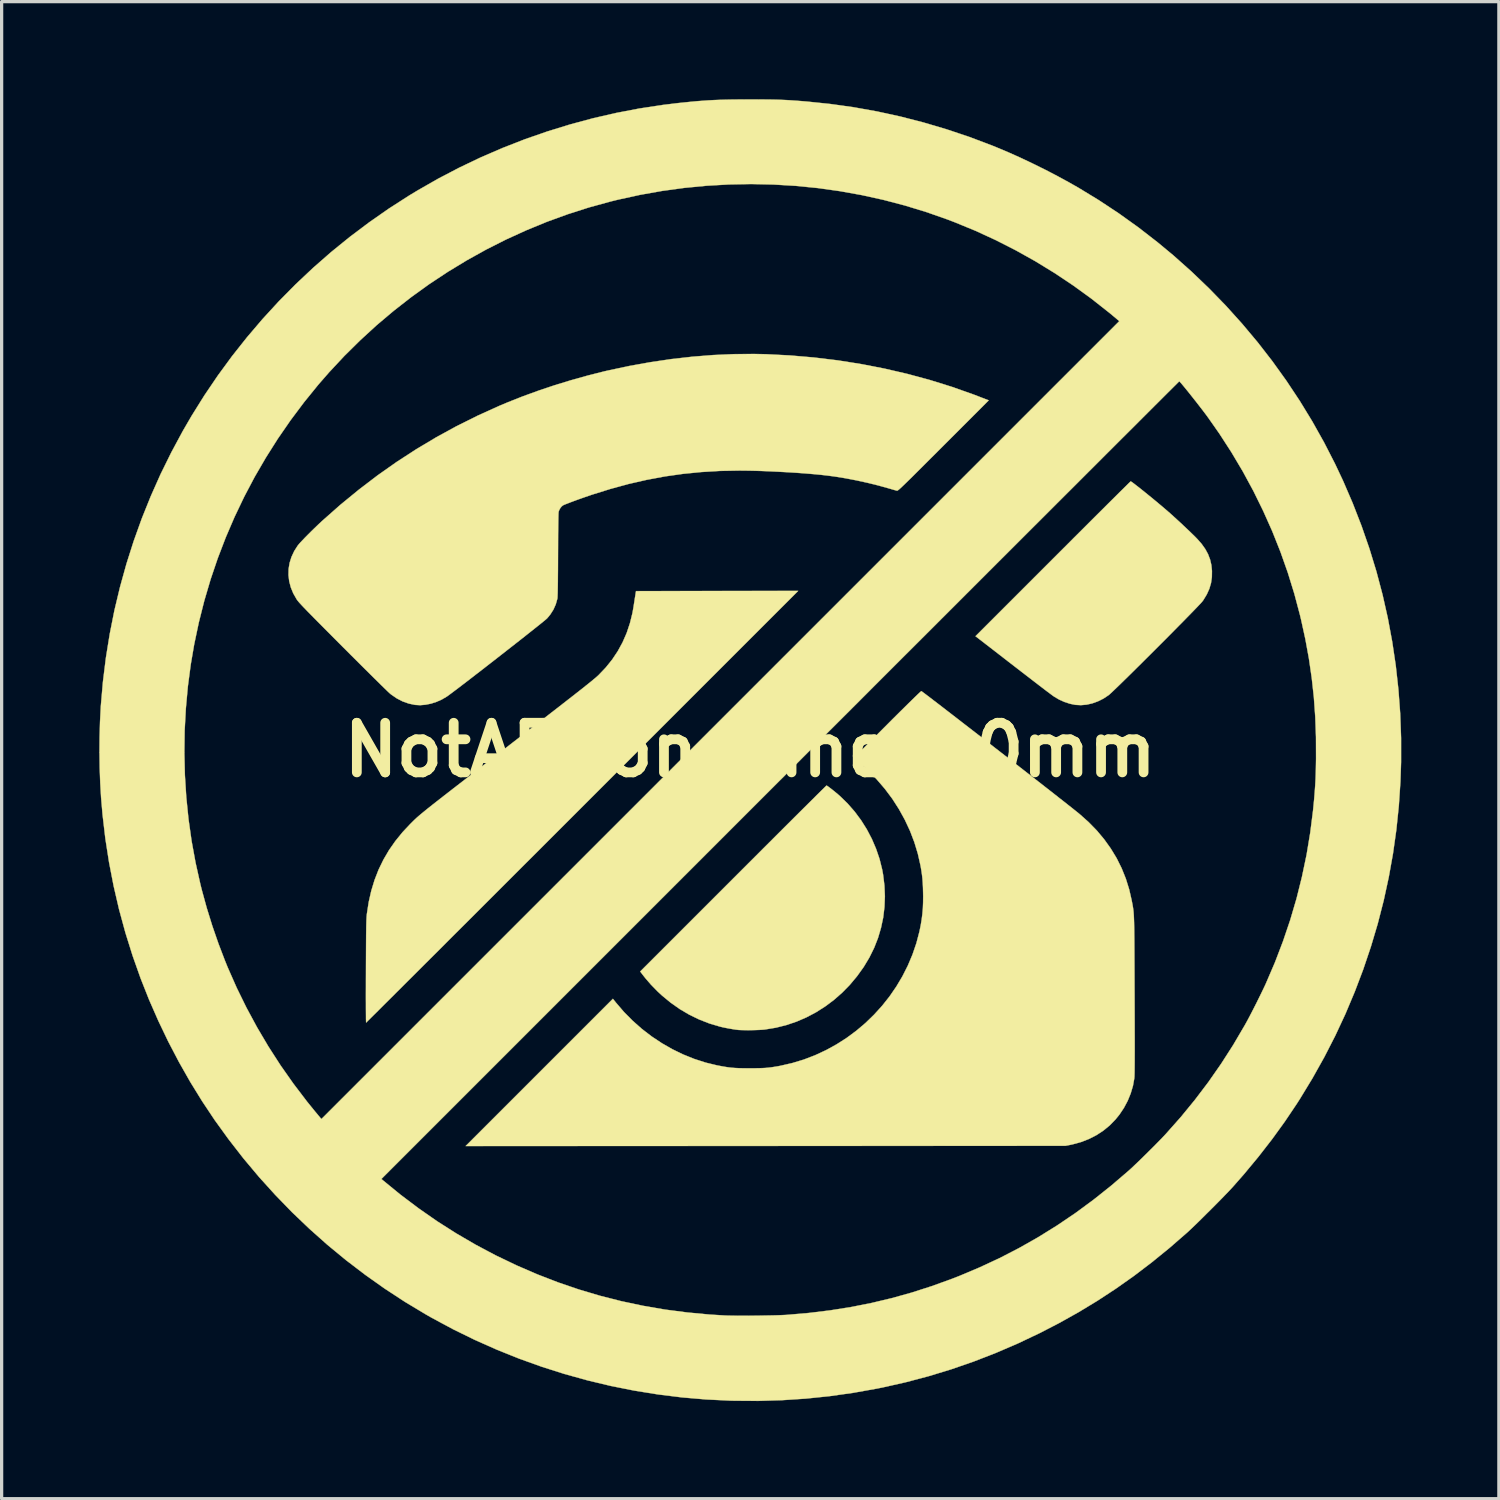
<source format=kicad_pcb>
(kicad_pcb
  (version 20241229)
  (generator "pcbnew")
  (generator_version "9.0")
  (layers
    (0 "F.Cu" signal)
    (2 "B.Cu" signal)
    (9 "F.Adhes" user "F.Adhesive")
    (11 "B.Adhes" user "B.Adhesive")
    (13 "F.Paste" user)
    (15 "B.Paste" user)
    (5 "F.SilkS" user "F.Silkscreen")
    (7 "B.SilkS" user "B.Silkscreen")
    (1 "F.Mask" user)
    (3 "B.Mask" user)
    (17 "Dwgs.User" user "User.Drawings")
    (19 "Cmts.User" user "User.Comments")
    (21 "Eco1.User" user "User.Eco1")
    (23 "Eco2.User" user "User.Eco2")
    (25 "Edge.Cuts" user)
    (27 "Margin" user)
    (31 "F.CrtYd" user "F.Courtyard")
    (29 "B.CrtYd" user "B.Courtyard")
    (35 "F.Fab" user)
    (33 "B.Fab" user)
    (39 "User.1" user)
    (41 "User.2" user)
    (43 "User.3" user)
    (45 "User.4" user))
  (footprint "NotAPhoneLine_40mm"
    (layer "F.Cu")
    (at 19.994 19.986)
    (property "Reference" "NotAPhoneLine_40mm" (at 0 0 0) (layer "F.SilkS") (effects (font (size 1.524 1.524) (thickness 0.3))))
    (attr through_hole)
    (fp_poly (pts (xy 2.362 1.102) (xy 2.397 1.126) (xy 2.445 1.162) (xy 2.504 1.207) (xy 2.568 1.258) (xy 2.635 1.313) (xy 2.701 1.368) (xy 2.759 1.419) (xy 2.994 1.648) (xy 3.211 1.897) (xy 3.408 2.162) (xy 3.584 2.442) (xy 3.737 2.734) (xy 3.867 3.038) (xy 3.973 3.349) (xy 4.052 3.667) (xy 4.082 3.829) (xy 4.123 4.164) (xy 4.137 4.496) (xy 4.124 4.824) (xy 4.085 5.148) (xy 4.018 5.465) (xy 3.926 5.776) (xy 3.807 6.079) (xy 3.662 6.373) (xy 3.491 6.658) (xy 3.482 6.672) (xy 3.28 6.953) (xy 3.06 7.216) (xy 2.823 7.458) (xy 2.57 7.68) (xy 2.302 7.88) (xy 2.022 8.058) (xy 1.729 8.213) (xy 1.426 8.344) (xy 1.113 8.45) (xy 0.792 8.531) (xy 0.464 8.585) (xy 0.436 8.589) (xy 0.364 8.595) (xy 0.273 8.6) (xy 0.167 8.604) (xy 0.054 8.607) (xy -0.061 8.608) (xy -0.169 8.607) (xy -0.266 8.605) (xy -0.344 8.602) (xy -0.367 8.6) (xy -0.444 8.591) (xy -0.539 8.576) (xy -0.644 8.558) (xy -0.75 8.538) (xy -0.85 8.517) (xy -0.926 8.499) (xy -1.251 8.403) (xy -1.566 8.28) (xy -1.87 8.133) (xy -2.162 7.961) (xy -2.442 7.764) (xy -2.709 7.544) (xy -2.849 7.414) (xy -3.046 7.212) (xy -3.219 7.012) (xy -3.306 6.901) (xy -3.379 6.805) (xy -0.523 3.949) (xy -0.288 3.714) (xy -0.058 3.484) (xy 0.167 3.26) (xy 0.384 3.042) (xy 0.595 2.832) (xy 0.797 2.63) (xy 0.99 2.437) (xy 1.174 2.254) (xy 1.347 2.081) (xy 1.509 1.92) (xy 1.659 1.771) (xy 1.797 1.634) (xy 1.921 1.511) (xy 2.03 1.402) (xy 2.124 1.309) (xy 2.203 1.231) (xy 2.265 1.17) (xy 2.31 1.126) (xy 2.336 1.1) (xy 2.344 1.094) (xy 2.362 1.102)) (stroke (width 0.01) (type solid)) (fill yes) (layer "F.SilkS"))
    (fp_poly (pts (xy 11.704 -8.241) (xy 11.74 -8.217) (xy 11.792 -8.178) (xy 11.859 -8.126) (xy 11.938 -8.065) (xy 12.027 -7.994) (xy 12.123 -7.917) (xy 12.225 -7.834) (xy 12.33 -7.749) (xy 12.435 -7.662) (xy 12.539 -7.575) (xy 12.64 -7.491) (xy 12.735 -7.41) (xy 12.821 -7.336) (xy 12.897 -7.27) (xy 12.908 -7.26) (xy 13.002 -7.175) (xy 13.105 -7.081) (xy 13.212 -6.983) (xy 13.319 -6.882) (xy 13.423 -6.784) (xy 13.521 -6.691) (xy 13.608 -6.606) (xy 13.681 -6.534) (xy 13.725 -6.489) (xy 13.864 -6.332) (xy 13.976 -6.175) (xy 14.063 -6.015) (xy 14.126 -5.85) (xy 14.166 -5.678) (xy 14.184 -5.499) (xy 14.181 -5.308) (xy 14.155 -5.126) (xy 14.103 -4.95) (xy 14.026 -4.779) (xy 13.922 -4.607) (xy 13.9 -4.576) (xy 13.879 -4.55) (xy 13.84 -4.506) (xy 13.783 -4.446) (xy 13.711 -4.37) (xy 13.625 -4.281) (xy 13.526 -4.179) (xy 13.416 -4.067) (xy 13.297 -3.945) (xy 13.168 -3.815) (xy 13.033 -3.678) (xy 12.892 -3.535) (xy 12.747 -3.389) (xy 12.599 -3.241) (xy 12.449 -3.091) (xy 12.3 -2.942) (xy 12.152 -2.795) (xy 12.007 -2.65) (xy 11.866 -2.511) (xy 11.731 -2.377) (xy 11.603 -2.251) (xy 11.483 -2.134) (xy 11.373 -2.026) (xy 11.275 -1.931) (xy 11.189 -1.849) (xy 11.118 -1.781) (xy 11.062 -1.729) (xy 11.023 -1.694) (xy 11.009 -1.683) (xy 10.851 -1.578) (xy 10.683 -1.494) (xy 10.509 -1.431) (xy 10.333 -1.391) (xy 10.158 -1.376) (xy 9.989 -1.385) (xy 9.987 -1.385) (xy 9.822 -1.419) (xy 9.653 -1.474) (xy 9.49 -1.547) (xy 9.342 -1.634) (xy 9.342 -1.634) (xy 9.316 -1.652) (xy 9.282 -1.676) (xy 9.241 -1.707) (xy 9.19 -1.745) (xy 9.128 -1.791) (xy 9.054 -1.847) (xy 8.968 -1.913) (xy 8.868 -1.989) (xy 8.754 -2.077) (xy 8.623 -2.178) (xy 8.475 -2.292) (xy 8.31 -2.419) (xy 8.125 -2.562) (xy 7.92 -2.72) (xy 7.789 -2.822) (xy 6.92 -3.494) (xy 9.298 -5.872) (xy 9.512 -6.086) (xy 9.722 -6.295) (xy 9.925 -6.499) (xy 10.122 -6.695) (xy 10.311 -6.884) (xy 10.491 -7.064) (xy 10.662 -7.234) (xy 10.823 -7.394) (xy 10.973 -7.544) (xy 11.111 -7.681) (xy 11.237 -7.806) (xy 11.348 -7.917) (xy 11.446 -8.013) (xy 11.528 -8.094) (xy 11.594 -8.16) (xy 11.643 -8.208) (xy 11.675 -8.238) (xy 11.687 -8.25) (xy 11.688 -8.25) (xy 11.704 -8.241)) (stroke (width 0.01) (type solid)) (fill yes) (layer "F.SilkS"))
    (fp_poly (pts (xy -5.156 1.744) (xy -5.516 2.104) (xy -5.87 2.458) (xy -6.22 2.808) (xy -6.563 3.151) (xy -6.901 3.488) (xy -7.231 3.818) (xy -7.554 4.141) (xy -7.869 4.456) (xy -8.176 4.763) (xy -8.474 5.061) (xy -8.763 5.349) (xy -9.042 5.627) (xy -9.31 5.895) (xy -9.567 6.153) (xy -9.814 6.398) (xy -10.048 6.632) (xy -10.27 6.854) (xy -10.479 7.062) (xy -10.674 7.257) (xy -10.856 7.438) (xy -11.023 7.605) (xy -11.176 7.757) (xy -11.312 7.893) (xy -11.433 8.014) (xy -11.538 8.118) (xy -11.626 8.205) (xy -11.696 8.275) (xy -11.748 8.326) (xy -11.782 8.36) (xy -11.797 8.374) (xy -11.798 8.374) (xy -11.799 8.361) (xy -11.8 8.321) (xy -11.802 8.258) (xy -11.802 8.171) (xy -11.803 8.065) (xy -11.804 7.939) (xy -11.804 7.795) (xy -11.805 7.637) (xy -11.805 7.464) (xy -11.804 7.28) (xy -11.804 7.085) (xy -11.803 6.882) (xy -11.803 6.8) (xy -11.802 6.551) (xy -11.801 6.327) (xy -11.8 6.128) (xy -11.799 5.952) (xy -11.798 5.797) (xy -11.797 5.662) (xy -11.795 5.544) (xy -11.794 5.443) (xy -11.792 5.356) (xy -11.79 5.282) (xy -11.788 5.22) (xy -11.785 5.167) (xy -11.783 5.122) (xy -11.779 5.084) (xy -11.776 5.05) (xy -11.775 5.04) (xy -11.719 4.676) (xy -11.64 4.328) (xy -11.539 3.996) (xy -11.415 3.677) (xy -11.267 3.372) (xy -11.095 3.078) (xy -10.898 2.796) (xy -10.676 2.523) (xy -10.444 2.276) (xy -10.411 2.243) (xy -10.38 2.212) (xy -10.35 2.183) (xy -10.321 2.154) (xy -10.29 2.125) (xy -10.258 2.095) (xy -10.223 2.063) (xy -10.184 2.029) (xy -10.141 1.993) (xy -10.092 1.952) (xy -10.037 1.906) (xy -9.975 1.856) (xy -9.905 1.799) (xy -9.825 1.736) (xy -9.736 1.665) (xy -9.635 1.586) (xy -9.522 1.498) (xy -9.397 1.4) (xy -9.258 1.292) (xy -9.104 1.172) (xy -8.934 1.041) (xy -8.748 0.897) (xy -8.544 0.739) (xy -8.322 0.567) (xy -8.081 0.381) (xy -7.819 0.178) (xy -7.606 0.014) (xy -7.307 -0.217) (xy -7.029 -0.432) (xy -6.772 -0.631) (xy -6.534 -0.815) (xy -6.315 -0.985) (xy -6.114 -1.141) (xy -5.929 -1.284) (xy -5.761 -1.415) (xy -5.609 -1.534) (xy -5.471 -1.641) (xy -5.347 -1.738) (xy -5.236 -1.825) (xy -5.137 -1.903) (xy -5.05 -1.973) (xy -4.973 -2.034) (xy -4.906 -2.088) (xy -4.848 -2.135) (xy -4.799 -2.177) (xy -4.756 -2.212) (xy -4.72 -2.243) (xy -4.69 -2.27) (xy -4.665 -2.293) (xy -4.657 -2.301) (xy -4.437 -2.531) (xy -4.241 -2.775) (xy -4.068 -3.034) (xy -3.919 -3.307) (xy -3.794 -3.594) (xy -3.694 -3.894) (xy -3.617 -4.206) (xy -3.584 -4.392) (xy -3.571 -4.479) (xy -3.556 -4.572) (xy -3.543 -4.66) (xy -3.531 -4.732) (xy -3.531 -4.734) (xy -3.508 -4.879) (xy -1.017 -4.883) (xy 1.474 -4.886) (xy -5.156 1.744)) (stroke (width 0.01) (type solid)) (fill yes) (layer "F.SilkS"))
    (fp_poly (pts (xy 5.272 -1.797) (xy 5.307 -1.771) (xy 5.363 -1.729) (xy 5.436 -1.674) (xy 5.527 -1.605) (xy 5.633 -1.523) (xy 5.754 -1.431) (xy 5.888 -1.328) (xy 6.034 -1.215) (xy 6.191 -1.094) (xy 6.358 -0.965) (xy 6.533 -0.829) (xy 6.716 -0.688) (xy 6.905 -0.542) (xy 7.098 -0.392) (xy 7.295 -0.238) (xy 7.495 -0.083) (xy 7.696 0.073) (xy 7.897 0.229) (xy 8.097 0.384) (xy 8.294 0.538) (xy 8.488 0.689) (xy 8.677 0.836) (xy 8.86 0.979) (xy 9.035 1.116) (xy 9.203 1.247) (xy 9.36 1.37) (xy 9.507 1.486) (xy 9.642 1.591) (xy 9.763 1.687) (xy 9.87 1.771) (xy 9.961 1.844) (xy 10.035 1.903) (xy 10.091 1.948) (xy 10.118 1.97) (xy 10.395 2.217) (xy 10.648 2.476) (xy 10.875 2.748) (xy 11.078 3.032) (xy 11.257 3.327) (xy 11.41 3.635) (xy 11.538 3.954) (xy 11.641 4.284) (xy 11.716 4.611) (xy 11.726 4.663) (xy 11.735 4.71) (xy 11.744 4.754) (xy 11.751 4.796) (xy 11.758 4.837) (xy 11.764 4.879) (xy 11.77 4.924) (xy 11.775 4.971) (xy 11.779 5.024) (xy 11.783 5.083) (xy 11.786 5.15) (xy 11.789 5.225) (xy 11.792 5.312) (xy 11.794 5.409) (xy 11.796 5.52) (xy 11.797 5.646) (xy 11.799 5.787) (xy 11.8 5.946) (xy 11.801 6.123) (xy 11.802 6.32) (xy 11.803 6.538) (xy 11.804 6.78) (xy 11.805 7.045) (xy 11.806 7.336) (xy 11.807 7.53) (xy 11.808 7.851) (xy 11.809 8.146) (xy 11.81 8.415) (xy 11.81 8.659) (xy 11.811 8.88) (xy 11.811 9.079) (xy 11.811 9.256) (xy 11.81 9.413) (xy 11.81 9.551) (xy 11.809 9.671) (xy 11.808 9.773) (xy 11.807 9.86) (xy 11.806 9.931) (xy 11.804 9.989) (xy 11.803 10.033) (xy 11.8 10.066) (xy 11.799 10.084) (xy 11.757 10.318) (xy 11.688 10.55) (xy 11.596 10.776) (xy 11.48 10.994) (xy 11.343 11.199) (xy 11.221 11.35) (xy 11.044 11.532) (xy 10.849 11.692) (xy 10.637 11.831) (xy 10.409 11.948) (xy 10.166 12.043) (xy 9.908 12.114) (xy 9.84 12.129) (xy 9.682 12.16) (xy 0.471 12.164) (xy -8.741 12.167) (xy -6.48 9.906) (xy -4.218 7.644) (xy -4.122 7.764) (xy -3.876 8.051) (xy -3.61 8.319) (xy -3.328 8.569) (xy -3.03 8.798) (xy -2.719 9.005) (xy -2.395 9.191) (xy -2.062 9.353) (xy -1.719 9.491) (xy -1.369 9.604) (xy -1.014 9.69) (xy -0.955 9.701) (xy -0.842 9.722) (xy -0.742 9.739) (xy -0.651 9.752) (xy -0.561 9.762) (xy -0.469 9.769) (xy -0.369 9.774) (xy -0.256 9.777) (xy -0.125 9.778) (xy -0.014 9.778) (xy 0.134 9.778) (xy 0.26 9.776) (xy 0.369 9.773) (xy 0.466 9.768) (xy 0.556 9.76) (xy 0.646 9.749) (xy 0.739 9.735) (xy 0.842 9.718) (xy 0.927 9.702) (xy 1.292 9.618) (xy 1.649 9.51) (xy 1.995 9.377) (xy 2.33 9.221) (xy 2.653 9.043) (xy 2.963 8.845) (xy 3.259 8.626) (xy 3.54 8.388) (xy 3.804 8.132) (xy 4.051 7.86) (xy 4.279 7.573) (xy 4.487 7.27) (xy 4.675 6.954) (xy 4.841 6.626) (xy 4.984 6.287) (xy 5.104 5.937) (xy 5.198 5.579) (xy 5.238 5.385) (xy 5.267 5.206) (xy 5.289 5.035) (xy 5.304 4.864) (xy 5.311 4.686) (xy 5.313 4.493) (xy 5.311 4.381) (xy 5.307 4.223) (xy 5.3 4.086) (xy 5.291 3.962) (xy 5.278 3.844) (xy 5.261 3.725) (xy 5.24 3.597) (xy 5.231 3.55) (xy 5.15 3.19) (xy 5.042 2.834) (xy 4.909 2.486) (xy 4.75 2.146) (xy 4.568 1.816) (xy 4.363 1.497) (xy 4.135 1.193) (xy 3.886 0.903) (xy 3.723 0.734) (xy 3.625 0.637) (xy 3.526 0.545) (xy 3.42 0.452) (xy 3.302 0.353) (xy 3.211 0.279) (xy 3.177 0.251) (xy 4.208 -0.781) (xy 4.348 -0.922) (xy 4.484 -1.057) (xy 4.612 -1.184) (xy 4.733 -1.303) (xy 4.844 -1.413) (xy 4.945 -1.512) (xy 5.034 -1.599) (xy 5.11 -1.672) (xy 5.171 -1.731) (xy 5.217 -1.774) (xy 5.246 -1.8) (xy 5.256 -1.807) (xy 5.272 -1.797)) (stroke (width 0.01) (type solid)) (fill yes) (layer "F.SilkS"))
    (fp_poly (pts (xy 0.481 -12.156) (xy 1.223 -12.118) (xy 1.959 -12.055) (xy 2.688 -11.967) (xy 3.41 -11.853) (xy 4.124 -11.714) (xy 4.827 -11.551) (xy 5.521 -11.363) (xy 6.202 -11.151) (xy 6.871 -10.914) (xy 7.113 -10.821) (xy 7.326 -10.738) (xy 5.937 -9.348) (xy 5.742 -9.153) (xy 5.565 -8.977) (xy 5.407 -8.819) (xy 5.265 -8.677) (xy 5.139 -8.552) (xy 5.028 -8.441) (xy 4.931 -8.345) (xy 4.846 -8.262) (xy 4.774 -8.192) (xy 4.713 -8.133) (xy 4.662 -8.084) (xy 4.62 -8.045) (xy 4.587 -8.015) (xy 4.561 -7.993) (xy 4.541 -7.978) (xy 4.527 -7.968) (xy 4.517 -7.964) (xy 4.512 -7.963) (xy 4.488 -7.969) (xy 4.442 -7.981) (xy 4.38 -7.999) (xy 4.308 -8.02) (xy 4.263 -8.033) (xy 3.94 -8.123) (xy 3.604 -8.206) (xy 3.262 -8.281) (xy 2.923 -8.346) (xy 2.595 -8.399) (xy 2.374 -8.428) (xy 2.164 -8.452) (xy 1.931 -8.474) (xy 1.679 -8.495) (xy 1.415 -8.514) (xy 1.142 -8.531) (xy 0.865 -8.546) (xy 0.589 -8.559) (xy 0.319 -8.57) (xy 0.06 -8.577) (xy -0.184 -8.581) (xy -0.339 -8.582) (xy -0.923 -8.571) (xy -1.495 -8.537) (xy -2.06 -8.481) (xy -2.619 -8.402) (xy -3.175 -8.298) (xy -3.733 -8.171) (xy -4.293 -8.018) (xy -4.861 -7.841) (xy -4.962 -7.806) (xy -5.082 -7.765) (xy -5.202 -7.723) (xy -5.32 -7.681) (xy -5.431 -7.64) (xy -5.532 -7.602) (xy -5.619 -7.568) (xy -5.689 -7.541) (xy -5.737 -7.52) (xy -5.747 -7.515) (xy -5.793 -7.479) (xy -5.837 -7.423) (xy -5.872 -7.354) (xy -5.884 -7.32) (xy -5.887 -7.297) (xy -5.89 -7.248) (xy -5.892 -7.172) (xy -5.894 -7.07) (xy -5.896 -6.944) (xy -5.898 -6.793) (xy -5.9 -6.619) (xy -5.901 -6.422) (xy -5.902 -6.203) (xy -5.903 -6) (xy -5.904 -5.757) (xy -5.905 -5.54) (xy -5.907 -5.349) (xy -5.908 -5.183) (xy -5.91 -5.04) (xy -5.912 -4.921) (xy -5.914 -4.824) (xy -5.917 -4.749) (xy -5.919 -4.693) (xy -5.922 -4.657) (xy -5.924 -4.645) (xy -5.972 -4.474) (xy -6.045 -4.31) (xy -6.143 -4.157) (xy -6.234 -4.047) (xy -6.255 -4.027) (xy -6.296 -3.992) (xy -6.357 -3.942) (xy -6.434 -3.879) (xy -6.528 -3.804) (xy -6.635 -3.719) (xy -6.755 -3.624) (xy -6.885 -3.521) (xy -7.025 -3.41) (xy -7.173 -3.294) (xy -7.326 -3.174) (xy -7.485 -3.05) (xy -7.646 -2.924) (xy -7.808 -2.797) (xy -7.971 -2.671) (xy -8.131 -2.546) (xy -8.288 -2.424) (xy -8.441 -2.307) (xy -8.586 -2.194) (xy -8.724 -2.088) (xy -8.852 -1.99) (xy -8.968 -1.901) (xy -9.072 -1.823) (xy -9.162 -1.755) (xy -9.235 -1.701) (xy -9.29 -1.66) (xy -9.323 -1.638) (xy -9.474 -1.549) (xy -9.636 -1.477) (xy -9.804 -1.423) (xy -9.973 -1.389) (xy -10.138 -1.375) (xy -10.293 -1.384) (xy -10.295 -1.384) (xy -10.489 -1.425) (xy -10.676 -1.491) (xy -10.856 -1.584) (xy -11.029 -1.703) (xy -11.058 -1.726) (xy -11.08 -1.746) (xy -11.121 -1.784) (xy -11.179 -1.84) (xy -11.252 -1.911) (xy -11.341 -1.998) (xy -11.442 -2.098) (xy -11.556 -2.21) (xy -11.68 -2.333) (xy -11.815 -2.467) (xy -11.957 -2.608) (xy -12.107 -2.758) (xy -12.263 -2.913) (xy -12.423 -3.074) (xy -12.508 -3.158) (xy -12.701 -3.352) (xy -12.875 -3.527) (xy -13.032 -3.685) (xy -13.172 -3.826) (xy -13.297 -3.952) (xy -13.407 -4.063) (xy -13.503 -4.161) (xy -13.587 -4.246) (xy -13.658 -4.32) (xy -13.72 -4.384) (xy -13.771 -4.438) (xy -13.814 -4.485) (xy -13.849 -4.523) (xy -13.877 -4.556) (xy -13.899 -4.583) (xy -13.917 -4.606) (xy -13.931 -4.626) (xy -13.932 -4.628) (xy -14.035 -4.808) (xy -14.111 -4.993) (xy -14.16 -5.18) (xy -14.183 -5.369) (xy -14.179 -5.558) (xy -14.148 -5.745) (xy -14.09 -5.93) (xy -14.006 -6.109) (xy -13.903 -6.271) (xy -13.868 -6.315) (xy -13.816 -6.374) (xy -13.748 -6.446) (xy -13.669 -6.529) (xy -13.579 -6.62) (xy -13.483 -6.716) (xy -13.382 -6.814) (xy -13.28 -6.912) (xy -13.179 -7.007) (xy -13.143 -7.04) (xy -12.59 -7.529) (xy -12.025 -7.992) (xy -11.45 -8.431) (xy -10.861 -8.846) (xy -10.26 -9.236) (xy -9.646 -9.603) (xy -9.017 -9.947) (xy -8.374 -10.267) (xy -7.715 -10.566) (xy -7.448 -10.678) (xy -6.986 -10.861) (xy -6.502 -11.037) (xy -6.004 -11.204) (xy -5.497 -11.359) (xy -4.988 -11.501) (xy -4.482 -11.629) (xy -4.371 -11.654) (xy -3.722 -11.793) (xy -3.071 -11.91) (xy -2.422 -12.006) (xy -1.776 -12.079) (xy -1.137 -12.13) (xy -0.506 -12.158) (xy 0.114 -12.163) (xy 0.481 -12.156)) (stroke (width 0.01) (type solid)) (fill yes) (layer "F.SilkS"))
    (fp_poly (pts (xy 0.202 -19.981) (xy 0.381 -19.98) (xy 0.54 -19.979) (xy 0.682 -19.977) (xy 0.813 -19.974) (xy 0.936 -19.97) (xy 1.055 -19.965) (xy 1.173 -19.959) (xy 1.295 -19.951) (xy 1.425 -19.942) (xy 1.567 -19.931) (xy 1.724 -19.918) (xy 1.73 -19.918) (xy 2.454 -19.843) (xy 3.176 -19.742) (xy 3.896 -19.613) (xy 4.612 -19.457) (xy 5.323 -19.274) (xy 6.029 -19.065) (xy 6.728 -18.831) (xy 7.419 -18.57) (xy 7.565 -18.511) (xy 7.926 -18.359) (xy 8.301 -18.191) (xy 8.683 -18.01) (xy 9.065 -17.821) (xy 9.44 -17.626) (xy 9.801 -17.429) (xy 10.077 -17.272) (xy 10.709 -16.887) (xy 11.326 -16.479) (xy 11.926 -16.049) (xy 12.509 -15.597) (xy 12.996 -15.193) (xy 13.557 -14.693) (xy 14.096 -14.176) (xy 14.615 -13.642) (xy 15.112 -13.09) (xy 15.588 -12.522) (xy 16.041 -11.938) (xy 16.472 -11.338) (xy 16.88 -10.723) (xy 17.265 -10.093) (xy 17.626 -9.449) (xy 17.964 -8.79) (xy 18.212 -8.264) (xy 18.507 -7.58) (xy 18.776 -6.888) (xy 19.019 -6.188) (xy 19.235 -5.482) (xy 19.424 -4.768) (xy 19.586 -4.049) (xy 19.721 -3.323) (xy 19.83 -2.592) (xy 19.911 -1.856) (xy 19.966 -1.116) (xy 19.993 -0.371) (xy 19.993 0.377) (xy 19.973 0.976) (xy 19.924 1.715) (xy 19.848 2.45) (xy 19.745 3.181) (xy 19.615 3.906) (xy 19.459 4.625) (xy 19.276 5.338) (xy 19.066 6.043) (xy 18.831 6.74) (xy 18.57 7.428) (xy 18.284 8.107) (xy 17.972 8.776) (xy 17.635 9.434) (xy 17.273 10.081) (xy 16.887 10.716) (xy 16.792 10.865) (xy 16.421 11.417) (xy 16.027 11.961) (xy 15.609 12.499) (xy 15.166 13.033) (xy 14.826 13.42) (xy 14.765 13.486) (xy 14.687 13.569) (xy 14.594 13.665) (xy 14.49 13.773) (xy 14.377 13.888) (xy 14.258 14.008) (xy 14.135 14.131) (xy 14.012 14.253) (xy 13.892 14.373) (xy 13.777 14.486) (xy 13.669 14.591) (xy 13.572 14.684) (xy 13.489 14.762) (xy 13.422 14.824) (xy 13.42 14.826) (xy 12.882 15.294) (xy 12.339 15.736) (xy 11.79 16.154) (xy 11.232 16.548) (xy 10.663 16.921) (xy 10.08 17.274) (xy 9.482 17.608) (xy 8.893 17.912) (xy 8.223 18.23) (xy 7.547 18.521) (xy 6.867 18.785) (xy 6.18 19.023) (xy 5.485 19.235) (xy 4.782 19.421) (xy 4.069 19.582) (xy 3.883 19.619) (xy 3.16 19.748) (xy 2.436 19.85) (xy 1.71 19.925) (xy 0.981 19.973) (xy 0.247 19.995) (xy -0.494 19.99) (xy -0.616 19.987) (xy -1.357 19.951) (xy -2.094 19.888) (xy -2.828 19.797) (xy -3.556 19.68) (xy -4.279 19.536) (xy -4.996 19.365) (xy -5.705 19.168) (xy -6.407 18.945) (xy -7.101 18.696) (xy -7.785 18.421) (xy -8.46 18.121) (xy -9.124 17.796) (xy -9.777 17.445) (xy -9.973 17.333) (xy -10.607 16.952) (xy -11.226 16.547) (xy -11.829 16.12) (xy -12.417 15.671) (xy -12.987 15.201) (xy -13.54 14.709) (xy -14.075 14.198) (xy -14.591 13.666) (xy -15.031 13.179) (xy -11.33 13.179) (xy -11.286 13.216) (xy -10.742 13.661) (xy -10.185 14.081) (xy -9.615 14.478) (xy -9.03 14.85) (xy -8.432 15.199) (xy -7.821 15.523) (xy -7.793 15.537) (xy -7.169 15.836) (xy -6.54 16.108) (xy -5.905 16.354) (xy -5.263 16.573) (xy -4.614 16.766) (xy -3.957 16.933) (xy -3.292 17.074) (xy -2.618 17.19) (xy -1.933 17.279) (xy -1.238 17.344) (xy -0.796 17.371) (xy -0.703 17.375) (xy -0.586 17.377) (xy -0.45 17.379) (xy -0.299 17.38) (xy -0.136 17.38) (xy 0.034 17.379) (xy 0.208 17.378) (xy 0.38 17.375) (xy 0.548 17.372) (xy 0.706 17.369) (xy 0.852 17.365) (xy 0.98 17.36) (xy 1.087 17.355) (xy 1.135 17.352) (xy 1.804 17.294) (xy 2.458 17.214) (xy 3.099 17.112) (xy 3.729 16.987) (xy 4.35 16.839) (xy 4.966 16.667) (xy 5.578 16.47) (xy 6.189 16.249) (xy 6.416 16.161) (xy 7.044 15.896) (xy 7.659 15.61) (xy 8.259 15.3) (xy 8.846 14.967) (xy 9.421 14.61) (xy 9.985 14.229) (xy 10.538 13.822) (xy 11.081 13.39) (xy 11.615 12.933) (xy 11.634 12.916) (xy 11.708 12.849) (xy 11.797 12.765) (xy 11.898 12.669) (xy 12.009 12.562) (xy 12.125 12.448) (xy 12.243 12.331) (xy 12.36 12.215) (xy 12.473 12.101) (xy 12.577 11.995) (xy 12.671 11.898) (xy 12.749 11.815) (xy 12.769 11.793) (xy 13.226 11.278) (xy 13.659 10.749) (xy 14.071 10.206) (xy 14.462 9.645) (xy 14.833 9.067) (xy 15.185 8.468) (xy 15.199 8.444) (xy 15.257 8.339) (xy 15.324 8.214) (xy 15.397 8.074) (xy 15.474 7.924) (xy 15.552 7.77) (xy 15.628 7.616) (xy 15.701 7.468) (xy 15.767 7.331) (xy 15.824 7.21) (xy 15.845 7.163) (xy 16.12 6.522) (xy 16.367 5.875) (xy 16.588 5.222) (xy 16.782 4.563) (xy 16.948 3.897) (xy 17.089 3.225) (xy 17.202 2.545) (xy 17.289 1.858) (xy 17.323 1.509) (xy 17.335 1.362) (xy 17.345 1.229) (xy 17.354 1.106) (xy 17.361 0.987) (xy 17.367 0.867) (xy 17.371 0.741) (xy 17.375 0.604) (xy 17.378 0.45) (xy 17.381 0.275) (xy 17.381 0.235) (xy 17.379 -0.395) (xy 17.357 -1.011) (xy 17.314 -1.616) (xy 17.248 -2.215) (xy 17.161 -2.812) (xy 17.051 -3.412) (xy 16.918 -4.018) (xy 16.887 -4.146) (xy 16.714 -4.798) (xy 16.514 -5.445) (xy 16.288 -6.085) (xy 16.036 -6.718) (xy 15.758 -7.341) (xy 15.457 -7.954) (xy 15.131 -8.556) (xy 14.781 -9.145) (xy 14.409 -9.72) (xy 14.074 -10.198) (xy 14.016 -10.278) (xy 13.949 -10.367) (xy 13.876 -10.463) (xy 13.798 -10.564) (xy 13.718 -10.667) (xy 13.637 -10.77) (xy 13.557 -10.871) (xy 13.48 -10.968) (xy 13.408 -11.057) (xy 13.342 -11.138) (xy 13.285 -11.207) (xy 13.239 -11.262) (xy 13.204 -11.3) (xy 13.184 -11.32) (xy 13.179 -11.323) (xy 13.169 -11.313) (xy 13.14 -11.284) (xy 13.092 -11.236) (xy 13.025 -11.17) (xy 12.941 -11.086) (xy 12.838 -10.984) (xy 12.718 -10.864) (xy 12.582 -10.728) (xy 12.428 -10.575) (xy 12.259 -10.406) (xy 12.073 -10.22) (xy 11.873 -10.02) (xy 11.657 -9.804) (xy 11.426 -9.574) (xy 11.181 -9.329) (xy 10.921 -9.07) (xy 10.649 -8.797) (xy 10.362 -8.511) (xy 10.063 -8.212) (xy 9.752 -7.901) (xy 9.428 -7.578) (xy 9.093 -7.242) (xy 8.746 -6.896) (xy 8.388 -6.538) (xy 8.019 -6.169) (xy 7.64 -5.791) (xy 7.251 -5.402) (xy 6.853 -5.004) (xy 6.445 -4.596) (xy 6.029 -4.18) (xy 5.604 -3.755) (xy 5.171 -3.322) (xy 4.73 -2.882) (xy 4.282 -2.434) (xy 3.827 -1.979) (xy 3.366 -1.517) (xy 2.898 -1.049) (xy 2.424 -0.576) (xy 1.945 -0.097) (xy 1.461 0.388) (xy 0.972 0.877) (xy 0.92 0.928) (xy -11.33 13.179) (xy -15.031 13.179) (xy -15.089 13.115) (xy -15.567 12.545) (xy -16.024 11.957) (xy -16.449 11.369) (xy -16.832 10.794) (xy -17.199 10.199) (xy -17.547 9.586) (xy -17.875 8.959) (xy -18.181 8.32) (xy -18.465 7.672) (xy -18.724 7.018) (xy -18.724 7.018) (xy -18.971 6.32) (xy -19.192 5.614) (xy -19.386 4.901) (xy -19.553 4.181) (xy -19.694 3.454) (xy -19.808 2.723) (xy -19.894 1.987) (xy -19.939 1.46) (xy -19.965 1.014) (xy -19.982 0.551) (xy -19.988 0.088) (xy -17.381 0.088) (xy -17.365 0.771) (xy -17.322 1.451) (xy -17.253 2.129) (xy -17.158 2.801) (xy -17.036 3.467) (xy -16.889 4.126) (xy -16.844 4.305) (xy -16.694 4.852) (xy -16.523 5.403) (xy -16.334 5.949) (xy -16.131 6.48) (xy -16.05 6.679) (xy -15.775 7.302) (xy -15.474 7.916) (xy -15.148 8.52) (xy -14.798 9.112) (xy -14.425 9.691) (xy -14.028 10.256) (xy -13.609 10.806) (xy -13.358 11.115) (xy -13.172 11.338) (xy -0.918 -0.916) (xy 11.337 -13.171) (xy 11.265 -13.233) (xy 11.229 -13.264) (xy 11.177 -13.307) (xy 11.115 -13.359) (xy 11.05 -13.413) (xy 11.019 -13.438) (xy 10.477 -13.865) (xy 9.918 -14.27) (xy 9.344 -14.653) (xy 8.756 -15.013) (xy 8.155 -15.349) (xy 7.542 -15.661) (xy 6.918 -15.948) (xy 6.284 -16.209) (xy 6.056 -16.296) (xy 5.409 -16.523) (xy 4.754 -16.723) (xy 4.092 -16.897) (xy 3.425 -17.044) (xy 2.752 -17.165) (xy 2.076 -17.26) (xy 1.396 -17.327) (xy 0.714 -17.368) (xy 0.03 -17.383) (xy -0.654 -17.37) (xy -1.338 -17.331) (xy -2.021 -17.265) (xy -2.701 -17.172) (xy -3.379 -17.052) (xy -4.053 -16.905) (xy -4.3 -16.844) (xy -4.958 -16.663) (xy -5.608 -16.455) (xy -6.248 -16.222) (xy -6.878 -15.963) (xy -7.498 -15.68) (xy -8.106 -15.373) (xy -8.702 -15.042) (xy -9.285 -14.688) (xy -9.854 -14.312) (xy -10.408 -13.913) (xy -10.947 -13.492) (xy -11.47 -13.051) (xy -11.975 -12.588) (xy -12.463 -12.106) (xy -12.932 -11.604) (xy -13.266 -11.221) (xy -13.704 -10.681) (xy -14.119 -10.127) (xy -14.511 -9.559) (xy -14.879 -8.977) (xy -15.224 -8.383) (xy -15.544 -7.776) (xy -15.839 -7.158) (xy -16.11 -6.528) (xy -16.355 -5.889) (xy -16.575 -5.24) (xy -16.769 -4.583) (xy -16.937 -3.917) (xy -17.079 -3.244) (xy -17.184 -2.63) (xy -17.273 -1.955) (xy -17.335 -1.276) (xy -17.372 -0.595) (xy -17.381 0.088) (xy -19.988 0.088) (xy -19.989 0.079) (xy -19.985 -0.393) (xy -19.972 -0.857) (xy -19.949 -1.304) (xy -19.946 -1.357) (xy -19.882 -2.097) (xy -19.791 -2.833) (xy -19.673 -3.564) (xy -19.529 -4.289) (xy -19.357 -5.007) (xy -19.16 -5.717) (xy -18.936 -6.42) (xy -18.687 -7.113) (xy -18.411 -7.798) (xy -18.111 -8.472) (xy -17.784 -9.136) (xy -17.433 -9.789) (xy -17.158 -10.263) (xy -16.767 -10.889) (xy -16.353 -11.5) (xy -15.917 -12.095) (xy -15.459 -12.673) (xy -14.981 -13.234) (xy -14.482 -13.778) (xy -13.963 -14.303) (xy -13.426 -14.809) (xy -12.871 -15.295) (xy -12.298 -15.76) (xy -11.708 -16.204) (xy -11.102 -16.627) (xy -10.48 -17.027) (xy -10.215 -17.187) (xy -9.582 -17.549) (xy -8.935 -17.887) (xy -8.275 -18.202) (xy -7.604 -18.492) (xy -6.923 -18.758) (xy -6.232 -18.998) (xy -5.534 -19.213) (xy -4.83 -19.403) (xy -4.12 -19.566) (xy -3.406 -19.703) (xy -2.689 -19.812) (xy -2.222 -19.869) (xy -2.008 -19.891) (xy -1.811 -19.911) (xy -1.628 -19.928) (xy -1.454 -19.941) (xy -1.283 -19.953) (xy -1.114 -19.962) (xy -0.94 -19.969) (xy -0.757 -19.974) (xy -0.562 -19.978) (xy -0.349 -19.98) (xy -0.116 -19.981) (xy 0 -19.981) (xy 0.202 -19.981)) (stroke (width 0.01) (type solid)) (fill yes) (layer "F.SilkS")))
  (gr_rect
    (start -3 -3)
    (end 42.991 42.986)
    (stroke (width 0.1) (type default))
    (fill no)
    (layer "Edge.Cuts")))
</source>
